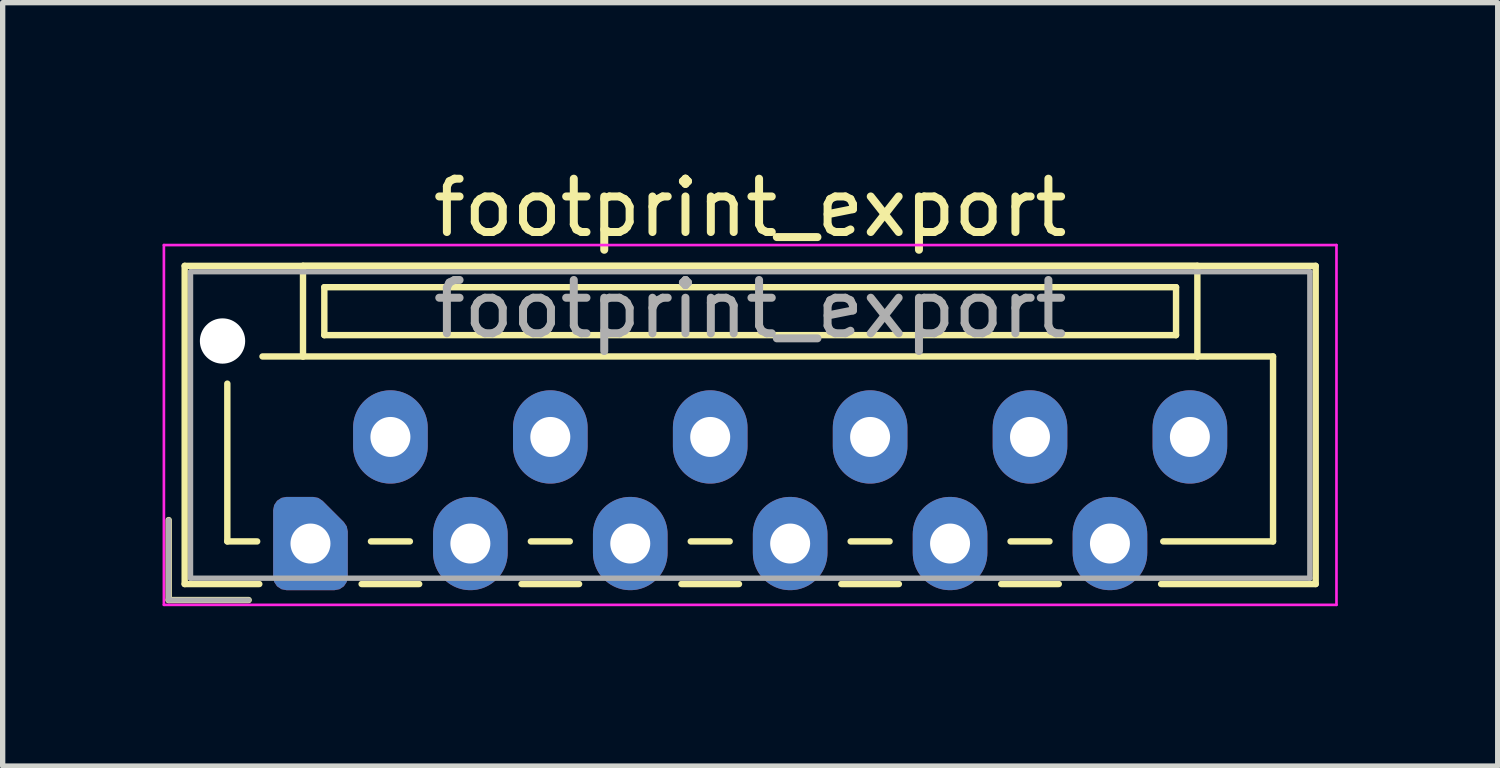
<source format=kicad_pcb>
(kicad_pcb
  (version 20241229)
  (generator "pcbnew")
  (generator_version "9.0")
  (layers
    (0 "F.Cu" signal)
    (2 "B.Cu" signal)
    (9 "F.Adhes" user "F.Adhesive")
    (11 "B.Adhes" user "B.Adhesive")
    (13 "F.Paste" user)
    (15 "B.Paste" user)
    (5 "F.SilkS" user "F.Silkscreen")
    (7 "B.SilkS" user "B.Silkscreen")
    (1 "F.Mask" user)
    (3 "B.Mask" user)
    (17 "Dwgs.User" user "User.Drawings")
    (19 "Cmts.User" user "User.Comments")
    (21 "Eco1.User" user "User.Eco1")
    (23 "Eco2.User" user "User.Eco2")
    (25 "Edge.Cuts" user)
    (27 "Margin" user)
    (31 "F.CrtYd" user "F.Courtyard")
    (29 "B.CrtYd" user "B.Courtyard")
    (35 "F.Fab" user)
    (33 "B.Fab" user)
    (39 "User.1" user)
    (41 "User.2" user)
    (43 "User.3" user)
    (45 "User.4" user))
  (footprint "footprint_export"
    (layer "F.Cu")
    (at 2.775 7.148)
    (property "Reference" "footprint_export" (at 8.25 -6.3 0) (layer "F.SilkS") (effects (font (size 1 1) (thickness 0.15))))
    (attr through_hole)
    (fp_line (start -2.66 -0.44) (end -2.66 1.06) (stroke (width 0.12) (type solid)) (layer "F.SilkS"))
    (fp_line (start -2.66 1.06) (end -1.16 1.06) (stroke (width 0.12) (type solid)) (layer "F.SilkS"))
    (fp_line (start -2.36 -5.21) (end 18.86 -5.21) (stroke (width 0.12) (type solid)) (layer "F.SilkS"))
    (fp_line (start -2.36 0.76) (end -2.36 -5.21) (stroke (width 0.12) (type solid)) (layer "F.SilkS"))
    (fp_line (start -1.56 -3) (end -1.56 -0.04) (stroke (width 0.12) (type solid)) (layer "F.SilkS"))
    (fp_line (start -1.56 -0.04) (end -1 -0.04) (stroke (width 0.12) (type solid)) (layer "F.SilkS"))
    (fp_line (start -0.96 0.76) (end -2.36 0.76) (stroke (width 0.12) (type solid)) (layer "F.SilkS"))
    (fp_line (start -0.14 -5.21) (end -0.14 -3.51) (stroke (width 0.12) (type solid)) (layer "F.SilkS"))
    (fp_line (start -0.14 -3.51) (end -0.9 -3.51) (stroke (width 0.12) (type solid)) (layer "F.SilkS"))
    (fp_line (start -0.14 -3.51) (end 16.64 -3.51) (stroke (width 0.12) (type solid)) (layer "F.SilkS"))
    (fp_line (start 0.26 -4.81) (end 0.26 -3.91) (stroke (width 0.12) (type solid)) (layer "F.SilkS"))
    (fp_line (start 0.26 -3.91) (end 16.24 -3.91) (stroke (width 0.12) (type solid)) (layer "F.SilkS"))
    (fp_line (start 0.96 0.76) (end 2.04 0.76) (stroke (width 0.12) (type solid)) (layer "F.SilkS"))
    (fp_line (start 1.135 -0.04) (end 1.865 -0.04) (stroke (width 0.12) (type solid)) (layer "F.SilkS"))
    (fp_line (start 3.96 0.76) (end 5.04 0.76) (stroke (width 0.12) (type solid)) (layer "F.SilkS"))
    (fp_line (start 4.135 -0.04) (end 4.865 -0.04) (stroke (width 0.12) (type solid)) (layer "F.SilkS"))
    (fp_line (start 6.96 0.76) (end 8.04 0.76) (stroke (width 0.12) (type solid)) (layer "F.SilkS"))
    (fp_line (start 7.135 -0.04) (end 7.865 -0.04) (stroke (width 0.12) (type solid)) (layer "F.SilkS"))
    (fp_line (start 9.96 0.76) (end 11.04 0.76) (stroke (width 0.12) (type solid)) (layer "F.SilkS"))
    (fp_line (start 10.135 -0.04) (end 10.865 -0.04) (stroke (width 0.12) (type solid)) (layer "F.SilkS"))
    (fp_line (start 12.96 0.76) (end 14.04 0.76) (stroke (width 0.12) (type solid)) (layer "F.SilkS"))
    (fp_line (start 13.135 -0.04) (end 13.865 -0.04) (stroke (width 0.12) (type solid)) (layer "F.SilkS"))
    (fp_line (start 16.24 -4.81) (end 0.26 -4.81) (stroke (width 0.12) (type solid)) (layer "F.SilkS"))
    (fp_line (start 16.24 -3.91) (end 16.24 -4.81) (stroke (width 0.12) (type solid)) (layer "F.SilkS"))
    (fp_line (start 16.64 -5.21) (end -0.14 -5.21) (stroke (width 0.12) (type solid)) (layer "F.SilkS"))
    (fp_line (start 16.64 -3.51) (end 16.64 -5.21) (stroke (width 0.12) (type solid)) (layer "F.SilkS"))
    (fp_line (start 16.64 -3.51) (end 18.06 -3.51) (stroke (width 0.12) (type solid)) (layer "F.SilkS"))
    (fp_line (start 18.06 -3.51) (end 18.06 -0.04) (stroke (width 0.12) (type solid)) (layer "F.SilkS"))
    (fp_line (start 18.06 -0.04) (end 16 -0.04) (stroke (width 0.12) (type solid)) (layer "F.SilkS"))
    (fp_line (start 18.86 -5.21) (end 18.86 0.76) (stroke (width 0.12) (type solid)) (layer "F.SilkS"))
    (fp_line (start 18.86 0.76) (end 15.96 0.76) (stroke (width 0.12) (type solid)) (layer "F.SilkS"))
    (fp_line (start -2.75 -5.6) (end -2.75 1.15) (stroke (width 0.05) (type solid)) (layer "F.CrtYd"))
    (fp_line (start -2.75 1.15) (end 19.25 1.15) (stroke (width 0.05) (type solid)) (layer "F.CrtYd"))
    (fp_line (start 19.25 -5.6) (end -2.75 -5.6) (stroke (width 0.05) (type solid)) (layer "F.CrtYd"))
    (fp_line (start 19.25 1.15) (end 19.25 -5.6) (stroke (width 0.05) (type solid)) (layer "F.CrtYd"))
    (fp_line (start -2.66 -0.44) (end -2.66 1.06) (stroke (width 0.1) (type solid)) (layer "F.Fab"))
    (fp_line (start -2.66 1.06) (end -1.16 1.06) (stroke (width 0.1) (type solid)) (layer "F.Fab"))
    (fp_line (start -2.25 -5.1) (end -2.25 0.65) (stroke (width 0.1) (type solid)) (layer "F.Fab"))
    (fp_line (start -2.25 0.65) (end 18.75 0.65) (stroke (width 0.1) (type solid)) (layer "F.Fab"))
    (fp_line (start 18.75 -5.1) (end -2.25 -5.1) (stroke (width 0.1) (type solid)) (layer "F.Fab"))
    (fp_line (start 18.75 0.65) (end 18.75 -5.1) (stroke (width 0.1) (type solid)) (layer "F.Fab"))
    (fp_text user "${REFERENCE}" (at 8.25 -4.4 0) (layer "F.Fab") (effects (font (size 1 1) (thickness 0.15))))
    (pad "" np_thru_hole circle (at -1.65 -3.8) (size 0.85 0.85) (drill 0.85) (layers "*.Cu" "*.Mask"))
    (pad "1" thru_hole custom (at 0 0) (size 1.117 1.117) (drill 0.75) (layers "*.Cu" "*.Mask") (options (anchor circle)) (primitives (gr_poly (pts (xy 0.45 -0.225) (xy 0.45 0.625) (xy -0.45 0.625) (xy -0.45 -0.625) (xy 0.05 -0.625)) (width 0.5) (fill yes))))
    (pad "2" thru_hole oval (at 1.5 -2) (size 1.4 1.75) (drill 0.75) (layers "*.Cu" "*.Mask"))
    (pad "3" thru_hole oval (at 3 0) (size 1.4 1.75) (drill 0.75) (layers "*.Cu" "*.Mask"))
    (pad "4" thru_hole oval (at 4.5 -2) (size 1.4 1.75) (drill 0.75) (layers "*.Cu" "*.Mask"))
    (pad "5" thru_hole oval (at 6 0) (size 1.4 1.75) (drill 0.75) (layers "*.Cu" "*.Mask"))
    (pad "6" thru_hole oval (at 7.5 -2) (size 1.4 1.75) (drill 0.75) (layers "*.Cu" "*.Mask"))
    (pad "7" thru_hole oval (at 9 0) (size 1.4 1.75) (drill 0.75) (layers "*.Cu" "*.Mask"))
    (pad "8" thru_hole oval (at 10.5 -2) (size 1.4 1.75) (drill 0.75) (layers "*.Cu" "*.Mask"))
    (pad "9" thru_hole oval (at 12 0) (size 1.4 1.75) (drill 0.75) (layers "*.Cu" "*.Mask"))
    (pad "10" thru_hole oval (at 13.5 -2) (size 1.4 1.75) (drill 0.75) (layers "*.Cu" "*.Mask"))
    (pad "11" thru_hole oval (at 15 0) (size 1.4 1.75) (drill 0.75) (layers "*.Cu" "*.Mask"))
    (pad "12" thru_hole oval (at 16.5 -2) (size 1.4 1.75) (drill 0.75) (layers "*.Cu" "*.Mask")))
  (gr_rect
    (start -3 -3)
    (end 25.05 11.323)
    (stroke (width 0.1) (type default))
    (fill no)
    (layer "Edge.Cuts")))
</source>
